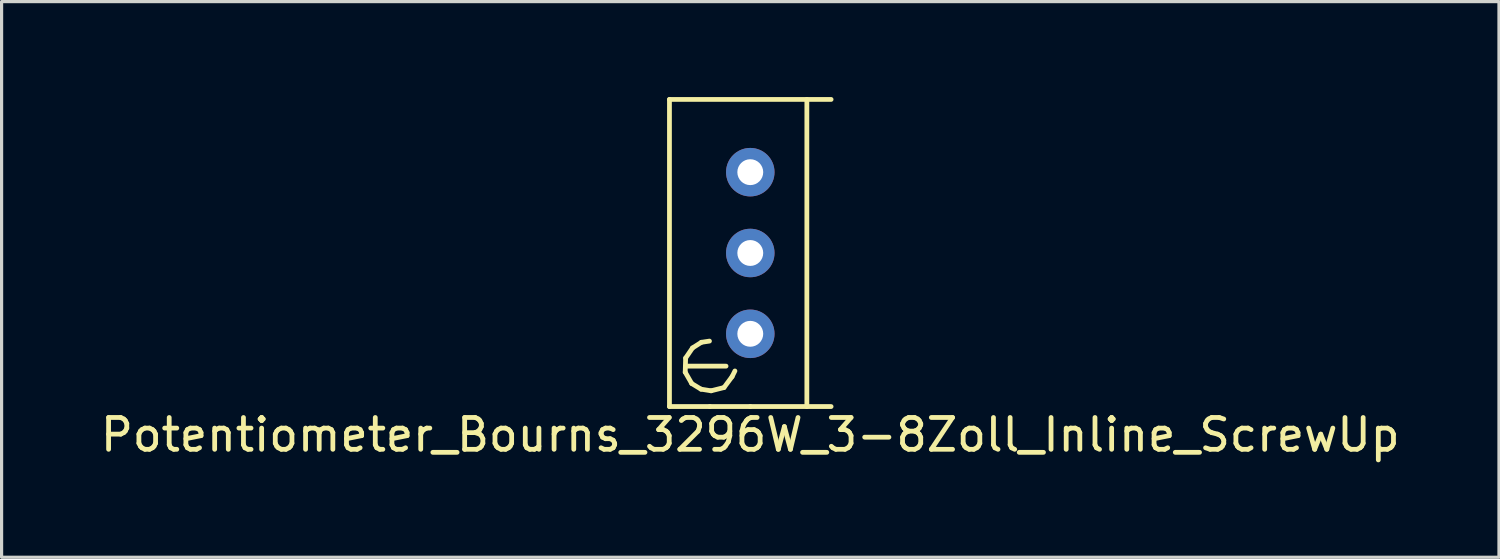
<source format=kicad_pcb>
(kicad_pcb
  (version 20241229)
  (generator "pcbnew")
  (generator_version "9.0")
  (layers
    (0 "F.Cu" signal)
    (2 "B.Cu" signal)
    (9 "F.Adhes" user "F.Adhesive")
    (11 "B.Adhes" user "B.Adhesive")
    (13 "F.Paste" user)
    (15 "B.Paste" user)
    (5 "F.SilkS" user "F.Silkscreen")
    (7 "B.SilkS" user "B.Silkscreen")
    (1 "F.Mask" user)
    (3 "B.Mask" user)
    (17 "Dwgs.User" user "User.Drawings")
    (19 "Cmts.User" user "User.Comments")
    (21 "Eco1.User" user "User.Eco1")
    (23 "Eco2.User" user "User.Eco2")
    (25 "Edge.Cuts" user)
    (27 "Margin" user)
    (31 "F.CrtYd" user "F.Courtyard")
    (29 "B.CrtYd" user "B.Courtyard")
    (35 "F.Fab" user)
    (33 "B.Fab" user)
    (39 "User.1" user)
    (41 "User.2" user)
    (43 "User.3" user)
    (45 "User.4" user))
  (footprint "Potentiometer_Bourns_3296W_3-8Zoll_Inline_ScrewUp"
    (layer "F.Cu")
    (at 20.53 7.441)
    (property "Reference" "Potentiometer_Bourns_3296W_3-8Zoll_Inline_ScrewUp" (at 0 3.175 0) (layer "F.SilkS") (effects (font (size 1 1) (thickness 0.15))))
    (attr through_hole)
    (fp_line (start -2.54 -7.366) (end 2.54 -7.366) (stroke (width 0.15) (type solid)) (layer "F.SilkS"))
    (fp_line (start -2.54 2.286) (end -2.54 -7.366) (stroke (width 0.15) (type solid)) (layer "F.SilkS"))
    (fp_line (start -2.045 1.206) (end -1.841 1.562) (stroke (width 0.15) (type solid)) (layer "F.SilkS"))
    (fp_line (start -2.032 0.762) (end -2.045 1.206) (stroke (width 0.15) (type solid)) (layer "F.SilkS"))
    (fp_line (start -2.032 1.016) (end -0.762 1.016) (stroke (width 0.15) (type solid)) (layer "F.SilkS"))
    (fp_line (start -1.841 1.562) (end -1.549 1.74) (stroke (width 0.15) (type solid)) (layer "F.SilkS"))
    (fp_line (start -1.816 0.445) (end -2.032 0.762) (stroke (width 0.15) (type solid)) (layer "F.SilkS"))
    (fp_line (start -1.549 1.74) (end -1.232 1.791) (stroke (width 0.15) (type solid)) (layer "F.SilkS"))
    (fp_line (start -1.537 0.267) (end -1.816 0.445) (stroke (width 0.15) (type solid)) (layer "F.SilkS"))
    (fp_line (start -1.283 0.229) (end -1.537 0.267) (stroke (width 0.15) (type solid)) (layer "F.SilkS"))
    (fp_line (start -1.27 2.286) (end -2.54 2.286) (stroke (width 0.15) (type solid)) (layer "F.SilkS"))
    (fp_line (start -1.232 1.791) (end -0.826 1.689) (stroke (width 0.15) (type solid)) (layer "F.SilkS"))
    (fp_line (start -0.826 1.689) (end -0.572 1.346) (stroke (width 0.15) (type solid)) (layer "F.SilkS"))
    (fp_line (start -0.572 1.346) (end -0.483 1.168) (stroke (width 0.15) (type solid)) (layer "F.SilkS"))
    (fp_line (start 0 2.286) (end -1.27 2.286) (stroke (width 0.15) (type solid)) (layer "F.SilkS"))
    (fp_line (start 1.778 -7.366) (end 1.778 2.286) (stroke (width 0.15) (type solid)) (layer "F.SilkS"))
    (fp_line (start 2.54 2.286) (end 0 2.286) (stroke (width 0.15) (type solid)) (layer "F.SilkS"))
    (pad "1" thru_hole circle (at 0 0) (size 1.524 1.524) (drill 0.813) (layers "*.Cu" "*.Mask"))
    (pad "2" thru_hole circle (at 0 -2.54) (size 1.524 1.524) (drill 0.813) (layers "*.Cu" "*.Mask"))
    (pad "3" thru_hole circle (at 0 -5.08) (size 1.524 1.524) (drill 0.813) (layers "*.Cu" "*.Mask")))
  (gr_rect
    (start -3 -3)
    (end 44.06 14.464)
    (stroke (width 0.1) (type default))
    (fill no)
    (layer "Edge.Cuts")))
</source>
